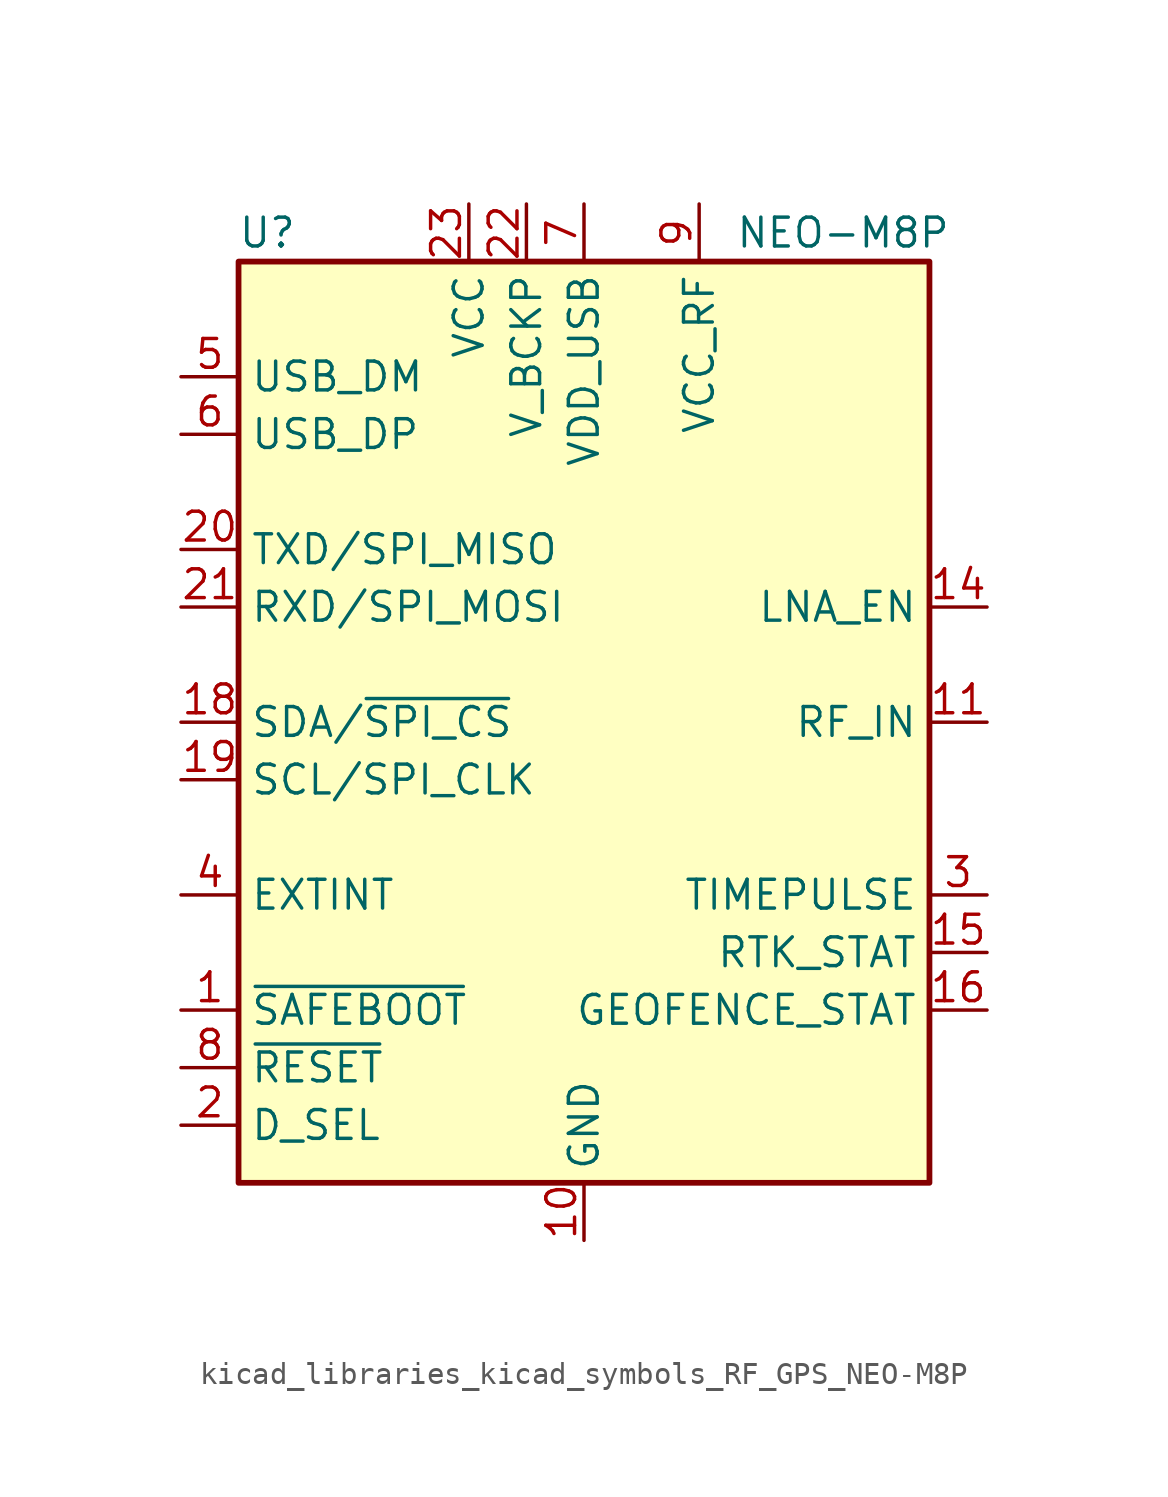
<source format=kicad_sym>
(kicad_symbol_lib
  (version 20220914)
  (generator kicad_symbol_editor)
  (symbol "kicad_libraries_kicad_symbols_RF_GPS_NEO-M8P"
    (property "Reference" "U"
      (at -13.97 21.59 0)
      (effects (font (size 1.27 1.27))))
    (property "Value" "NEO-M8P"
      (at 11.43 21.59 0)
      (effects (font (size 1.27 1.27))))
    (symbol "kicad_libraries_kicad_symbols_RF_GPS_NEO-M8P_0_1"
      (rectangle (start -15.24 20.32) (end 15.24 -20.32) (stroke (width 0.254) (type default)) (fill (type background))))
    (symbol "kicad_libraries_kicad_symbols_RF_GPS_NEO-M8P_1_1"
      (pin input line (at -17.78 -12.7 0) (length 2.54) (name "~{SAFEBOOT}" (effects (font (size 1.27 1.27)))) (number "1" (effects (font (size 1.27 1.27)))))
      (pin power_in line (at 0 -22.86 90) (length 2.54) (name "GND" (effects (font (size 1.27 1.27)))) (number "10" (effects (font (size 1.27 1.27)))))
      (pin input line (at 17.78 0 180) (length 2.54) (name "RF_IN" (effects (font (size 1.27 1.27)))) (number "11" (effects (font (size 1.27 1.27)))))
      (pin passive line (at 0 -22.86 90) (length 2.54) hide (name "GND" (effects (font (size 1.27 1.27)))) (number "12" (effects (font (size 1.27 1.27)))))
      (pin passive line (at 0 -22.86 90) (length 2.54) hide (name "GND" (effects (font (size 1.27 1.27)))) (number "13" (effects (font (size 1.27 1.27)))))
      (pin output line (at 17.78 5.08 180) (length 2.54) (name "LNA_EN" (effects (font (size 1.27 1.27)))) (number "14" (effects (font (size 1.27 1.27)))))
      (pin output line (at 17.78 -10.16 180) (length 2.54) (name "RTK_STAT" (effects (font (size 1.27 1.27)))) (number "15" (effects (font (size 1.27 1.27)))))
      (pin output line (at 17.78 -12.7 180) (length 2.54) (name "GEOFENCE_STAT" (effects (font (size 1.27 1.27)))) (number "16" (effects (font (size 1.27 1.27)))))
      (pin no_connect line (at 15.24 -17.78 180) (length 2.54) hide (name "RESERVED" (effects (font (size 1.27 1.27)))) (number "17" (effects (font (size 1.27 1.27)))))
      (pin bidirectional line (at -17.78 0 0) (length 2.54) (name "SDA/~{SPI_CS}" (effects (font (size 1.27 1.27)))) (number "18" (effects (font (size 1.27 1.27)))))
      (pin input line (at -17.78 -2.54 0) (length 2.54) (name "SCL/SPI_CLK" (effects (font (size 1.27 1.27)))) (number "19" (effects (font (size 1.27 1.27)))))
      (pin input line (at -17.78 -17.78 0) (length 2.54) (name "D_SEL" (effects (font (size 1.27 1.27)))) (number "2" (effects (font (size 1.27 1.27)))))
      (pin output line (at -17.78 7.62 0) (length 2.54) (name "TXD/SPI_MISO" (effects (font (size 1.27 1.27)))) (number "20" (effects (font (size 1.27 1.27)))))
      (pin input line (at -17.78 5.08 0) (length 2.54) (name "RXD/SPI_MOSI" (effects (font (size 1.27 1.27)))) (number "21" (effects (font (size 1.27 1.27)))))
      (pin power_in line (at -2.54 22.86 270) (length 2.54) (name "V_BCKP" (effects (font (size 1.27 1.27)))) (number "22" (effects (font (size 1.27 1.27)))))
      (pin power_in line (at -5.08 22.86 270) (length 2.54) (name "VCC" (effects (font (size 1.27 1.27)))) (number "23" (effects (font (size 1.27 1.27)))))
      (pin passive line (at 0 -22.86 90) (length 2.54) hide (name "GND" (effects (font (size 1.27 1.27)))) (number "24" (effects (font (size 1.27 1.27)))))
      (pin output line (at 17.78 -7.62 180) (length 2.54) (name "TIMEPULSE" (effects (font (size 1.27 1.27)))) (number "3" (effects (font (size 1.27 1.27)))))
      (pin input line (at -17.78 -7.62 0) (length 2.54) (name "EXTINT" (effects (font (size 1.27 1.27)))) (number "4" (effects (font (size 1.27 1.27)))))
      (pin bidirectional line (at -17.78 15.24 0) (length 2.54) (name "USB_DM" (effects (font (size 1.27 1.27)))) (number "5" (effects (font (size 1.27 1.27)))))
      (pin bidirectional line (at -17.78 12.7 0) (length 2.54) (name "USB_DP" (effects (font (size 1.27 1.27)))) (number "6" (effects (font (size 1.27 1.27)))))
      (pin power_in line (at 0 22.86 270) (length 2.54) (name "VDD_USB" (effects (font (size 1.27 1.27)))) (number "7" (effects (font (size 1.27 1.27)))))
      (pin input line (at -17.78 -15.24 0) (length 2.54) (name "~{RESET}" (effects (font (size 1.27 1.27)))) (number "8" (effects (font (size 1.27 1.27)))))
      (pin power_out line (at 5.08 22.86 270) (length 2.54) (name "VCC_RF" (effects (font (size 1.27 1.27)))) (number "9" (effects (font (size 1.27 1.27))))))))
</source>
